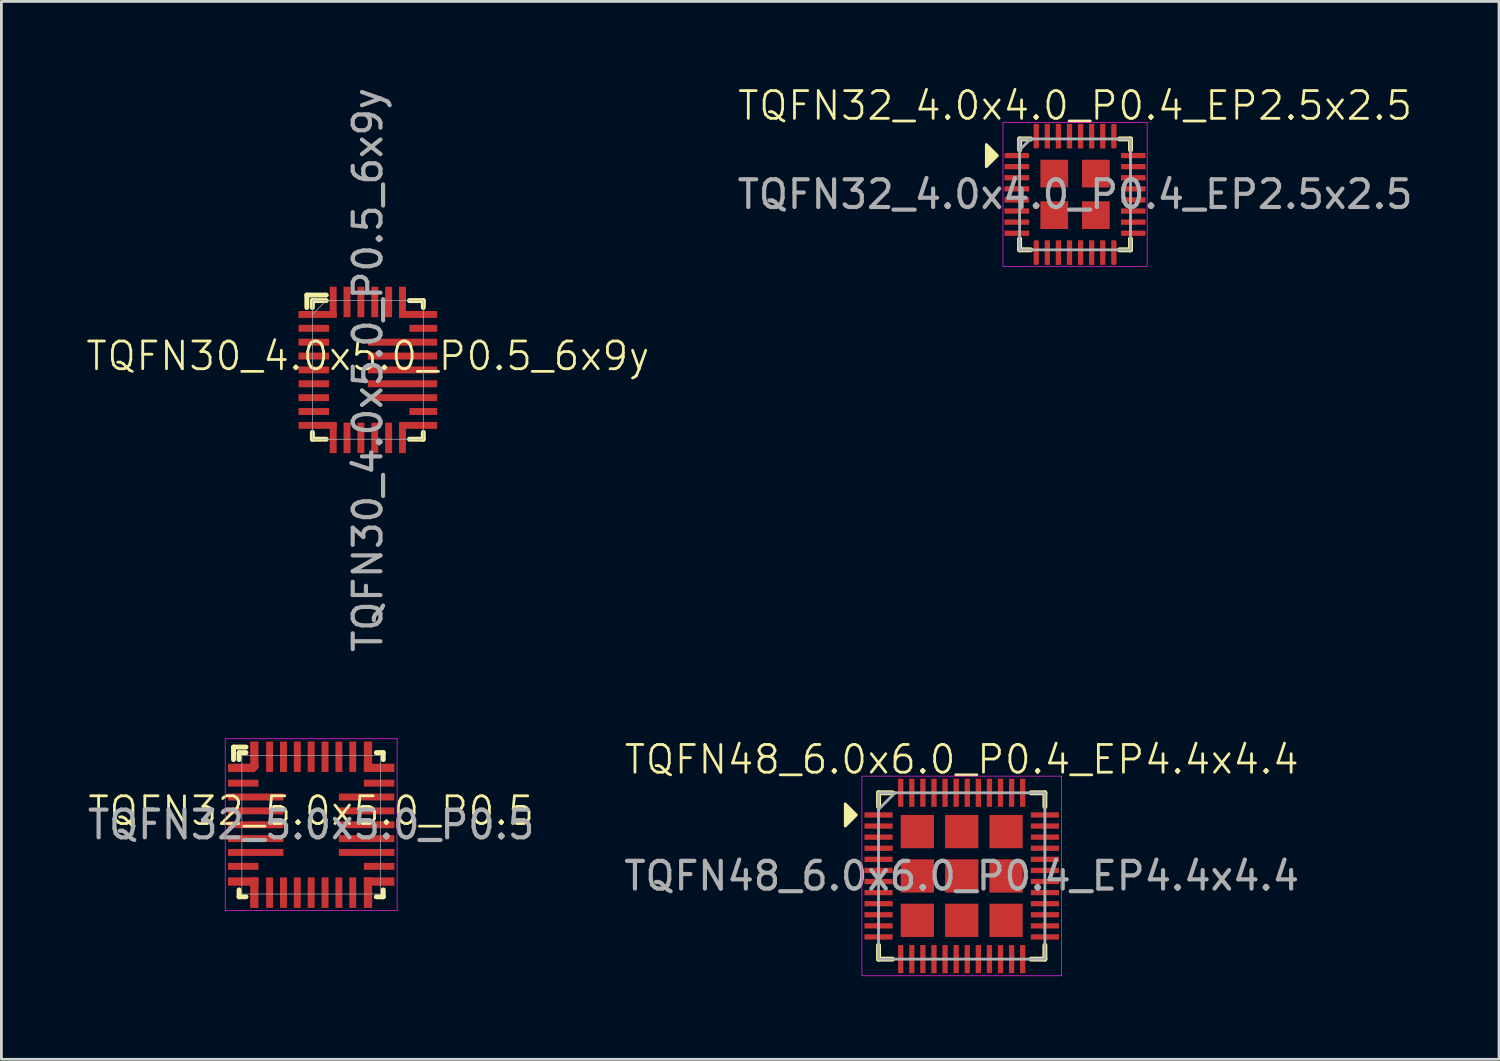
<source format=kicad_pcb>
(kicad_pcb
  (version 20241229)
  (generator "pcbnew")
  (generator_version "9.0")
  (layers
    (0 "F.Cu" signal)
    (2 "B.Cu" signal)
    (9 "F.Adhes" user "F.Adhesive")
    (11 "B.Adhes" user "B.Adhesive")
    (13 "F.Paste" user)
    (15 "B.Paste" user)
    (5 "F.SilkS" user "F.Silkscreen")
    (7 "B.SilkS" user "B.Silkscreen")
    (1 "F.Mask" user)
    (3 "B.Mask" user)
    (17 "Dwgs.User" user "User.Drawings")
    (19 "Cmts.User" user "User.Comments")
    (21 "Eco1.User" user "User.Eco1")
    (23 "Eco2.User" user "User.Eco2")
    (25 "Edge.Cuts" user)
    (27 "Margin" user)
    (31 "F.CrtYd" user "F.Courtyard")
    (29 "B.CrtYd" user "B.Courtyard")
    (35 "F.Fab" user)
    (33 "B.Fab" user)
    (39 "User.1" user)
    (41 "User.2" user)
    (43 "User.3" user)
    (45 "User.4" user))
  (footprint "TQFN30_4.0x5.0_P0.5_6x9y"
    (layer "F.Cu")
    (at 10.217 10.292)
    (property "Reference" "TQFN30_4.0x5.0_P0.5_6x9y" (at 0 -0.5 0) (unlocked yes) (layer "F.SilkS") (effects (font (size 1 1) (thickness 0.1))))
    (attr smd)
    (fp_line (start -2.2 -2.7) (end -1.5 -2.7) (stroke (width 0.178) (type default)) (layer "F.SilkS"))
    (fp_line (start -2.2 -2.25) (end -2.2 -2.7) (stroke (width 0.178) (type default)) (layer "F.SilkS"))
    (fp_line (start -2 -2.5) (end -1.5 -2.5) (stroke (width 0.178) (type default)) (layer "F.SilkS"))
    (fp_line (start -2 -2.25) (end -2 -2.5) (stroke (width 0.178) (type default)) (layer "F.SilkS"))
    (fp_line (start -2 2.5) (end -2 2.25) (stroke (width 0.178) (type default)) (layer "F.SilkS"))
    (fp_line (start -1.5 2.5) (end -2 2.5) (stroke (width 0.178) (type default)) (layer "F.SilkS"))
    (fp_line (start 1.5 -2.5) (end 2 -2.5) (stroke (width 0.178) (type default)) (layer "F.SilkS"))
    (fp_line (start 2 -2.5) (end 2 -2.25) (stroke (width 0.178) (type default)) (layer "F.SilkS"))
    (fp_line (start 2 2.25) (end 2 2.5) (stroke (width 0.178) (type default)) (layer "F.SilkS"))
    (fp_line (start 2 2.5) (end 1.5 2.5) (stroke (width 0.178) (type default)) (layer "F.SilkS"))
    (fp_line (start -2 -2) (end -1.5 -2.5) (stroke (width 0.025) (type default)) (layer "F.Fab"))
    (fp_rect (start -2 -2.5) (end 2 2.5) (stroke (width 0.025) (type default)) (fill no) (layer "F.Fab"))
    (fp_text user "${REFERENCE}" (at 0 0 90) (unlocked yes) (layer "F.Fab") (effects (font (size 1 1) (thickness 0.15))))
    (pad "1" smd rect (at -1.812 -2) (size 1.375 0.25) (layers "F.Cu" "F.Mask" "F.Paste"))
    (pad "2" smd rect (at -1.95 -1.5) (size 1.1 0.25) (layers "F.Cu" "F.Mask" "F.Paste"))
    (pad "3" smd rect (at -1.95 -1) (size 1.1 0.25) (layers "F.Cu" "F.Mask" "F.Paste"))
    (pad "4" smd rect (at -1.95 -0.5) (size 1.1 0.25) (layers "F.Cu" "F.Mask" "F.Paste"))
    (pad "5" smd rect (at -1.95 0) (size 1.1 0.25) (layers "F.Cu" "F.Mask" "F.Paste"))
    (pad "6" smd rect (at -1.95 0.5) (size 1.1 0.25) (layers "F.Cu" "F.Mask" "F.Paste"))
    (pad "7" smd rect (at -1.95 1) (size 1.1 0.25) (layers "F.Cu" "F.Mask" "F.Paste"))
    (pad "8" smd rect (at -1.95 1.5) (size 1.1 0.25) (layers "F.Cu" "F.Mask" "F.Paste"))
    (pad "9" smd rect (at -1.812 2) (size 1.375 0.25) (layers "F.Cu" "F.Mask" "F.Paste"))
    (pad "10" smd rect (at -1.25 2.45) (size 0.25 1.1) (layers "F.Cu" "F.Mask" "F.Paste"))
    (pad "11" smd rect (at -0.75 2.45) (size 0.25 1.1) (layers "F.Cu" "F.Mask" "F.Paste"))
    (pad "12" smd rect (at -0.25 2.45) (size 0.25 1.1) (layers "F.Cu" "F.Mask" "F.Paste"))
    (pad "13" smd rect (at 0.25 2.45) (size 0.25 1.1) (layers "F.Cu" "F.Mask" "F.Paste"))
    (pad "14" smd rect (at 0.75 2.45) (size 0.25 1.1) (layers "F.Cu" "F.Mask" "F.Paste"))
    (pad "15" smd rect (at 1.25 2.45) (size 0.25 1.1) (layers "F.Cu" "F.Mask" "F.Paste"))
    (pad "16" smd rect (at 1.812 2) (size 1.375 0.25) (layers "F.Cu" "F.Mask" "F.Paste"))
    (pad "17" smd rect (at 2 1.5) (size 1 0.25) (layers "F.Cu" "F.Mask" "F.Paste"))
    (pad "18" smd rect (at 1.25 1) (size 2.5 0.25) (layers "F.Cu" "F.Mask" "F.Paste"))
    (pad "19" smd rect (at 1.25 0.5) (size 2.5 0.25) (layers "F.Cu" "F.Mask" "F.Paste"))
    (pad "20" smd rect (at 1.25 0) (size 2.5 0.25) (layers "F.Cu" "F.Mask" "F.Paste"))
    (pad "21" smd rect (at 1.25 -0.5) (size 2.5 0.25) (layers "F.Cu" "F.Mask" "F.Paste"))
    (pad "22" smd rect (at 1.25 -1) (size 2.5 0.25) (layers "F.Cu" "F.Mask" "F.Paste"))
    (pad "23" smd rect (at 2 -1.5) (size 1 0.25) (layers "F.Cu" "F.Mask" "F.Paste"))
    (pad "24" smd rect (at 1.812 -2) (size 1.375 0.25) (layers "F.Cu" "F.Mask" "F.Paste"))
    (pad "25" smd rect (at 1.25 -2.45) (size 0.25 1.1) (layers "F.Cu" "F.Mask" "F.Paste"))
    (pad "26" smd rect (at 0.75 -2.45) (size 0.25 1.1) (layers "F.Cu" "F.Mask" "F.Paste"))
    (pad "27" smd rect (at 0.25 -2.45) (size 0.25 1.1) (layers "F.Cu" "F.Mask" "F.Paste"))
    (pad "28" smd rect (at -0.25 -2.45) (size 0.25 1.1) (layers "F.Cu" "F.Mask" "F.Paste"))
    (pad "29" smd rect (at -0.75 -2.45) (size 0.25 1.1) (layers "F.Cu" "F.Mask" "F.Paste"))
    (pad "30" smd rect (at -1.25 -2.45) (size 0.25 1.1) (layers "F.Cu" "F.Mask" "F.Paste")))
  (footprint "TQFN32_4.0x4.0_P0.4_EP2.5x2.5"
    (layer "F.Cu")
    (at 35.725 3.961)
    (property "Reference" "TQFN32_4.0x4.0_P0.4_EP2.5x2.5" (at 0 -3.2 0) (unlocked yes) (layer "F.SilkS") (effects (font (size 1 1) (thickness 0.1))))
    (attr smd)
    (fp_line (start -2 -2) (end -1.6 -2) (stroke (width 0.178) (type default)) (layer "F.SilkS"))
    (fp_line (start -2 -1.6) (end -2 -2) (stroke (width 0.178) (type default)) (layer "F.SilkS"))
    (fp_line (start -2 1.6) (end -2 2) (stroke (width 0.178) (type default)) (layer "F.SilkS"))
    (fp_line (start -2 2) (end -1.6 2) (stroke (width 0.178) (type default)) (layer "F.SilkS"))
    (fp_line (start 1.6 -2) (end 2 -2) (stroke (width 0.178) (type default)) (layer "F.SilkS"))
    (fp_line (start 1.6 2) (end 2 2) (stroke (width 0.178) (type default)) (layer "F.SilkS"))
    (fp_line (start 2 -2) (end 2 -1.6) (stroke (width 0.178) (type default)) (layer "F.SilkS"))
    (fp_line (start 2 2) (end 2 1.6) (stroke (width 0.178) (type default)) (layer "F.SilkS"))
    (fp_poly (pts (xy -2.8 -1.4) (xy -3.2 -1.8) (xy -3.2 -1)) (stroke (width 0.1) (type solid)) (fill yes) (layer "F.SilkS"))
    (fp_rect (start -2.6 -2.6) (end 2.6 2.6) (stroke (width 0.025) (type default)) (fill no) (layer "F.CrtYd"))
    (fp_line (start -2 -1.6) (end -1.6 -2) (stroke (width 0.1) (type default)) (layer "F.Fab"))
    (fp_rect (start -2 -2) (end 2 2) (stroke (width 0.1) (type default)) (fill no) (layer "F.Fab"))
    (fp_text user "${REFERENCE}" (at 0 0 0) (unlocked yes) (layer "F.Fab") (effects (font (size 1 1) (thickness 0.15))))
    (pad "1" smd roundrect (at -2.1 -1.4) (size 0.889 0.191) (layers "F.Cu" "F.Mask" "F.Paste") (roundrect_rratio 0.25))
    (pad "2" smd rect (at -2.1 -1) (size 0.889 0.191) (layers "F.Cu" "F.Mask" "F.Paste"))
    (pad "3" smd rect (at -2.1 -0.6) (size 0.889 0.191) (layers "F.Cu" "F.Mask" "F.Paste"))
    (pad "4" smd rect (at -2.1 -0.2) (size 0.889 0.191) (layers "F.Cu" "F.Mask" "F.Paste"))
    (pad "5" smd rect (at -2.1 0.2) (size 0.889 0.191) (layers "F.Cu" "F.Mask" "F.Paste"))
    (pad "6" smd rect (at -2.1 0.6) (size 0.889 0.191) (layers "F.Cu" "F.Mask" "F.Paste"))
    (pad "7" smd rect (at -2.1 1) (size 0.889 0.191) (layers "F.Cu" "F.Mask" "F.Paste"))
    (pad "8" smd rect (at -2.1 1.4) (size 0.889 0.191) (layers "F.Cu" "F.Mask" "F.Paste"))
    (pad "9" smd roundrect (at -1.4 2.1) (size 0.191 0.889) (layers "F.Cu" "F.Mask" "F.Paste") (roundrect_rratio 0.25))
    (pad "10" smd rect (at -1 2.1) (size 0.191 0.889) (layers "F.Cu" "F.Mask" "F.Paste"))
    (pad "11" smd rect (at -0.6 2.1) (size 0.191 0.889) (layers "F.Cu" "F.Mask" "F.Paste"))
    (pad "12" smd rect (at -0.2 2.1) (size 0.191 0.889) (layers "F.Cu" "F.Mask" "F.Paste"))
    (pad "13" smd rect (at 0.2 2.1) (size 0.191 0.889) (layers "F.Cu" "F.Mask" "F.Paste"))
    (pad "14" smd rect (at 0.6 2.1) (size 0.191 0.889) (layers "F.Cu" "F.Mask" "F.Paste"))
    (pad "15" smd rect (at 1 2.1) (size 0.191 0.889) (layers "F.Cu" "F.Mask" "F.Paste"))
    (pad "16" smd roundrect (at 1.4 2.1) (size 0.191 0.889) (layers "F.Cu" "F.Mask" "F.Paste") (roundrect_rratio 0.25))
    (pad "17" smd roundrect (at 2.1 1.4) (size 0.889 0.191) (layers "F.Cu" "F.Mask" "F.Paste") (roundrect_rratio 0.25))
    (pad "18" smd rect (at 2.1 1) (size 0.889 0.191) (layers "F.Cu" "F.Mask" "F.Paste"))
    (pad "19" smd rect (at 2.1 0.6) (size 0.889 0.191) (layers "F.Cu" "F.Mask" "F.Paste"))
    (pad "20" smd rect (at 2.1 0.2) (size 0.889 0.191) (layers "F.Cu" "F.Mask" "F.Paste"))
    (pad "21" smd rect (at 2.1 -0.2) (size 0.889 0.191) (layers "F.Cu" "F.Mask" "F.Paste"))
    (pad "22" smd rect (at 2.1 -0.6) (size 0.889 0.191) (layers "F.Cu" "F.Mask" "F.Paste"))
    (pad "23" smd rect (at 2.1 -1) (size 0.889 0.191) (layers "F.Cu" "F.Mask" "F.Paste"))
    (pad "24" smd roundrect (at 2.1 -1.4) (size 0.889 0.191) (layers "F.Cu" "F.Mask" "F.Paste") (roundrect_rratio 0.25))
    (pad "25" smd roundrect (at 1.4 -2.1) (size 0.191 0.889) (layers "F.Cu" "F.Mask" "F.Paste") (roundrect_rratio 0.25))
    (pad "26" smd rect (at 1 -2.1) (size 0.191 0.889) (layers "F.Cu" "F.Mask" "F.Paste"))
    (pad "27" smd rect (at 0.6 -2.1) (size 0.191 0.889) (layers "F.Cu" "F.Mask" "F.Paste"))
    (pad "28" smd rect (at 0.2 -2.1) (size 0.191 0.889) (layers "F.Cu" "F.Mask" "F.Paste"))
    (pad "29" smd rect (at -0.2 -2.1) (size 0.191 0.889) (layers "F.Cu" "F.Mask" "F.Paste"))
    (pad "30" smd rect (at -0.6 -2.1) (size 0.191 0.889) (layers "F.Cu" "F.Mask" "F.Paste"))
    (pad "31" smd rect (at -1 -2.1) (size 0.191 0.889) (layers "F.Cu" "F.Mask" "F.Paste"))
    (pad "32" smd roundrect (at -1.4 -2.1) (size 0.191 0.889) (layers "F.Cu" "F.Mask" "F.Paste") (roundrect_rratio 0.25))
    (pad "33" smd rect (at -0.75 -0.75) (size 1 1) (layers "F.Cu" "F.Mask" "F.Paste"))
    (pad "33" smd rect (at -0.75 0.75) (size 1 1) (layers "F.Cu" "F.Mask" "F.Paste"))
    (pad "33" smd rect (at 0.75 -0.75) (size 1 1) (layers "F.Cu" "F.Mask" "F.Paste"))
    (pad "33" smd rect (at 0.75 0.75) (size 1 1) (layers "F.Cu" "F.Mask" "F.Paste")))
  (footprint "TQFN48_6.0x6.0_P0.4_EP4.4x4.4"
    (layer "F.Cu")
    (at 31.637 28.544)
    (property "Reference" "TQFN48_6.0x6.0_P0.4_EP4.4x4.4" (at 0 -4.2 0) (unlocked yes) (layer "F.SilkS") (effects (font (size 1 1) (thickness 0.1))))
    (attr smd)
    (fp_line (start -3 -3) (end -2.5 -3) (stroke (width 0.178) (type default)) (layer "F.SilkS"))
    (fp_line (start -3 -2.5) (end -3 -3) (stroke (width 0.178) (type default)) (layer "F.SilkS"))
    (fp_line (start -3 2.5) (end -3 3) (stroke (width 0.178) (type default)) (layer "F.SilkS"))
    (fp_line (start -3 3) (end -2.5 3) (stroke (width 0.178) (type default)) (layer "F.SilkS"))
    (fp_line (start 2.5 3) (end 3 3) (stroke (width 0.178) (type default)) (layer "F.SilkS"))
    (fp_line (start 3 -3) (end 2.5 -3) (stroke (width 0.178) (type default)) (layer "F.SilkS"))
    (fp_line (start 3 -2.5) (end 3 -3) (stroke (width 0.178) (type default)) (layer "F.SilkS"))
    (fp_line (start 3 3) (end 3 2.5) (stroke (width 0.178) (type default)) (layer "F.SilkS"))
    (fp_poly (pts (xy -3.8 -2.2) (xy -4.2 -2.6) (xy -4.2 -1.8)) (stroke (width 0.1) (type solid)) (fill yes) (layer "F.SilkS"))
    (fp_rect (start -3.6 -3.6) (end 3.6 3.6) (stroke (width 0.025) (type default)) (fill no) (layer "F.CrtYd"))
    (fp_line (start -3 -2.4) (end -2.4 -3) (stroke (width 0.1) (type default)) (layer "F.Fab"))
    (fp_rect (start -3 -3) (end 3 3) (stroke (width 0.1) (type default)) (fill no) (layer "F.Fab"))
    (fp_text user "${REFERENCE}" (at 0 0 0) (unlocked yes) (layer "F.Fab") (effects (font (size 1 1) (thickness 0.15))))
    (pad "1" smd rect (at -3 -2.2) (size 1.016 0.191) (layers "F.Cu" "F.Mask" "F.Paste"))
    (pad "2" smd rect (at -3 -1.8) (size 1.016 0.191) (layers "F.Cu" "F.Mask" "F.Paste"))
    (pad "3" smd rect (at -3 -1.4) (size 1.016 0.191) (layers "F.Cu" "F.Mask" "F.Paste"))
    (pad "4" smd rect (at -3 -1) (size 1.016 0.191) (layers "F.Cu" "F.Mask" "F.Paste"))
    (pad "5" smd rect (at -3 -0.6) (size 1.016 0.191) (layers "F.Cu" "F.Mask" "F.Paste"))
    (pad "6" smd rect (at -3 -0.2) (size 1.016 0.191) (layers "F.Cu" "F.Mask" "F.Paste"))
    (pad "7" smd rect (at -3 0.2) (size 1.016 0.191) (layers "F.Cu" "F.Mask" "F.Paste"))
    (pad "8" smd rect (at -3 0.6) (size 1.016 0.191) (layers "F.Cu" "F.Mask" "F.Paste"))
    (pad "9" smd rect (at -3 1) (size 1.016 0.191) (layers "F.Cu" "F.Mask" "F.Paste"))
    (pad "10" smd rect (at -3 1.4) (size 1.016 0.191) (layers "F.Cu" "F.Mask" "F.Paste"))
    (pad "11" smd rect (at -3 1.8) (size 1.016 0.191) (layers "F.Cu" "F.Mask" "F.Paste"))
    (pad "12" smd rect (at -3 2.2) (size 1.016 0.191) (layers "F.Cu" "F.Mask" "F.Paste"))
    (pad "13" smd rect (at -2.2 3) (size 0.191 1.016) (layers "F.Cu" "F.Mask" "F.Paste"))
    (pad "14" smd rect (at -1.8 3) (size 0.191 1.016) (layers "F.Cu" "F.Mask" "F.Paste"))
    (pad "15" smd rect (at -1.4 3) (size 0.191 1.016) (layers "F.Cu" "F.Mask" "F.Paste"))
    (pad "16" smd rect (at -1 3) (size 0.191 1.016) (layers "F.Cu" "F.Mask" "F.Paste"))
    (pad "17" smd rect (at -0.6 3) (size 0.191 1.016) (layers "F.Cu" "F.Mask" "F.Paste"))
    (pad "18" smd rect (at -0.2 3) (size 0.191 1.016) (layers "F.Cu" "F.Mask" "F.Paste"))
    (pad "19" smd rect (at 0.2 3) (size 0.191 1.016) (layers "F.Cu" "F.Mask" "F.Paste"))
    (pad "20" smd rect (at 0.6 3) (size 0.191 1.016) (layers "F.Cu" "F.Mask" "F.Paste"))
    (pad "21" smd rect (at 1 3) (size 0.191 1.016) (layers "F.Cu" "F.Mask" "F.Paste"))
    (pad "22" smd rect (at 1.4 3) (size 0.191 1.016) (layers "F.Cu" "F.Mask" "F.Paste"))
    (pad "23" smd rect (at 1.8 3) (size 0.191 1.016) (layers "F.Cu" "F.Mask" "F.Paste"))
    (pad "24" smd rect (at 2.2 3) (size 0.191 1.016) (layers "F.Cu" "F.Mask" "F.Paste"))
    (pad "25" smd rect (at 3 2.2) (size 1.016 0.191) (layers "F.Cu" "F.Mask" "F.Paste"))
    (pad "26" smd rect (at 3 1.8) (size 1.016 0.191) (layers "F.Cu" "F.Mask" "F.Paste"))
    (pad "27" smd rect (at 3 1.4) (size 1.016 0.191) (layers "F.Cu" "F.Mask" "F.Paste"))
    (pad "28" smd rect (at 3 1) (size 1.016 0.191) (layers "F.Cu" "F.Mask" "F.Paste"))
    (pad "29" smd rect (at 3 0.6) (size 1.016 0.191) (layers "F.Cu" "F.Mask" "F.Paste"))
    (pad "30" smd rect (at 3 0.2) (size 1.016 0.191) (layers "F.Cu" "F.Mask" "F.Paste"))
    (pad "31" smd rect (at 3 -0.2) (size 1.016 0.191) (layers "F.Cu" "F.Mask" "F.Paste"))
    (pad "32" smd rect (at 3 -0.6) (size 1.016 0.191) (layers "F.Cu" "F.Mask" "F.Paste"))
    (pad "33" smd rect (at 3 -1) (size 1.016 0.191) (layers "F.Cu" "F.Mask" "F.Paste"))
    (pad "34" smd rect (at 3 -1.4) (size 1.016 0.191) (layers "F.Cu" "F.Mask" "F.Paste"))
    (pad "35" smd rect (at 3 -1.8) (size 1.016 0.191) (layers "F.Cu" "F.Mask" "F.Paste"))
    (pad "36" smd rect (at 3 -2.2) (size 1.016 0.191) (layers "F.Cu" "F.Mask" "F.Paste"))
    (pad "37" smd rect (at 2.2 -3) (size 0.191 1.016) (layers "F.Cu" "F.Mask" "F.Paste"))
    (pad "38" smd rect (at 1.8 -3) (size 0.191 1.016) (layers "F.Cu" "F.Mask" "F.Paste"))
    (pad "39" smd rect (at 1.4 -3) (size 0.191 1.016) (layers "F.Cu" "F.Mask" "F.Paste"))
    (pad "40" smd rect (at 1 -3) (size 0.191 1.016) (layers "F.Cu" "F.Mask" "F.Paste"))
    (pad "41" smd rect (at 0.6 -3) (size 0.191 1.016) (layers "F.Cu" "F.Mask" "F.Paste"))
    (pad "42" smd rect (at 0.2 -3) (size 0.191 1.016) (layers "F.Cu" "F.Mask" "F.Paste"))
    (pad "43" smd rect (at -0.2 -3) (size 0.191 1.016) (layers "F.Cu" "F.Mask" "F.Paste"))
    (pad "44" smd rect (at -0.6 -3) (size 0.191 1.016) (layers "F.Cu" "F.Mask" "F.Paste"))
    (pad "45" smd rect (at -1 -3) (size 0.191 1.016) (layers "F.Cu" "F.Mask" "F.Paste"))
    (pad "46" smd rect (at -1.4 -3) (size 0.191 1.016) (layers "F.Cu" "F.Mask" "F.Paste"))
    (pad "47" smd rect (at -1.8 -3) (size 0.191 1.016) (layers "F.Cu" "F.Mask" "F.Paste"))
    (pad "48" smd rect (at -2.2 -3) (size 0.191 1.016) (layers "F.Cu" "F.Mask" "F.Paste"))
    (pad "49" smd rect (at -1.6 -1.6) (size 1.2 1.2) (layers "F.Cu" "F.Mask" "F.Paste"))
    (pad "49" smd rect (at -1.6 0) (size 1.2 1.2) (layers "F.Cu" "F.Mask" "F.Paste"))
    (pad "49" smd rect (at -1.6 1.6) (size 1.2 1.2) (layers "F.Cu" "F.Mask" "F.Paste"))
    (pad "49" smd rect (at 0 -1.6) (size 1.2 1.2) (layers "F.Cu" "F.Mask" "F.Paste"))
    (pad "49" smd rect (at 0 0) (size 1.2 1.2) (layers "F.Cu" "F.Mask" "F.Paste"))
    (pad "49" smd rect (at 0 1.6) (size 1.2 1.2) (layers "F.Cu" "F.Mask" "F.Paste"))
    (pad "49" smd rect (at 1.6 -1.6) (size 1.2 1.2) (layers "F.Cu" "F.Mask" "F.Paste"))
    (pad "49" smd rect (at 1.6 0) (size 1.2 1.2) (layers "F.Cu" "F.Mask" "F.Paste"))
    (pad "49" smd rect (at 1.6 1.6) (size 1.2 1.2) (layers "F.Cu" "F.Mask" "F.Paste")))
  (footprint "TQFN32_5.0x5.0_P0.5"
    (layer "F.Cu")
    (at 8.173 26.696)
    (property "Reference" "TQFN32_5.0x5.0_P0.5" (at 0 -0.5 0) (unlocked yes) (layer "F.SilkS") (effects (font (size 1 1) (thickness 0.1))))
    (attr smd)
    (fp_line (start -2.8 -2.8) (end -2.35 -2.8) (stroke (width 0.178) (type default)) (layer "F.SilkS"))
    (fp_line (start -2.8 -2.35) (end -2.8 -2.8) (stroke (width 0.178) (type default)) (layer "F.SilkS"))
    (fp_line (start -2.6 -2.6) (end -2.35 -2.6) (stroke (width 0.178) (type default)) (layer "F.SilkS"))
    (fp_line (start -2.6 -2.35) (end -2.6 -2.6) (stroke (width 0.178) (type default)) (layer "F.SilkS"))
    (fp_line (start -2.6 2.35) (end -2.6 2.6) (stroke (width 0.178) (type default)) (layer "F.SilkS"))
    (fp_line (start -2.6 2.6) (end -2.35 2.6) (stroke (width 0.178) (type default)) (layer "F.SilkS"))
    (fp_line (start 2.35 -2.6) (end 2.6 -2.6) (stroke (width 0.178) (type default)) (layer "F.SilkS"))
    (fp_line (start 2.35 2.6) (end 2.6 2.6) (stroke (width 0.178) (type default)) (layer "F.SilkS"))
    (fp_line (start 2.6 -2.6) (end 2.6 -2.35) (stroke (width 0.178) (type default)) (layer "F.SilkS"))
    (fp_line (start 2.6 2.6) (end 2.6 2.35) (stroke (width 0.178) (type default)) (layer "F.SilkS"))
    (fp_rect (start -3.1 -3.1) (end 3.1 3.1) (stroke (width 0.025) (type default)) (fill no) (layer "F.CrtYd"))
    (fp_rect (start -2.5 2.5) (end 2.5 -2.5) (stroke (width 0.025) (type default)) (fill no) (layer "F.Fab"))
    (fp_text user "${REFERENCE}" (at 0 0 0) (unlocked yes) (layer "F.Fab") (effects (font (size 1 1) (thickness 0.15))))
    (pad "1" smd roundrect (at -2.45 -2.05) (size 1.1 0.3) (layers "F.Cu" "F.Mask" "F.Paste") (roundrect_rratio 0) (chamfer_ratio 0.5) (chamfer bottom_right))
    (pad "1" smd roundrect (at -2.05 -2.45) (size 0.3 1.1) (layers "F.Cu" "F.Mask" "F.Paste") (roundrect_rratio 0) (chamfer_ratio 0.5) (chamfer bottom_right))
    (pad "2" smd rect (at -2.45 -1.5) (size 1.1 0.25) (layers "F.Cu" "F.Mask" "F.Paste"))
    (pad "3" smd rect (at -2 -1) (size 2 0.25) (layers "F.Cu" "F.Mask" "F.Paste"))
    (pad "4" smd rect (at -2 -0.5) (size 2 0.25) (layers "F.Cu" "F.Mask" "F.Paste"))
    (pad "5" smd rect (at -2 0) (size 2 0.25) (layers "F.Cu" "F.Mask" "F.Paste"))
    (pad "6" smd rect (at -2 0.5) (size 2 0.25) (layers "F.Cu" "F.Mask" "F.Paste"))
    (pad "7" smd rect (at -2 1) (size 2 0.25) (layers "F.Cu" "F.Mask" "F.Paste"))
    (pad "8" smd rect (at -2.45 1.5) (size 1.1 0.25) (layers "F.Cu" "F.Mask" "F.Paste"))
    (pad "9" smd rect (at -2.45 2.05) (size 1.1 0.3) (layers "F.Cu" "F.Mask" "F.Paste"))
    (pad "9" smd rect (at -2.05 2.45) (size 0.3 1.1) (layers "F.Cu" "F.Mask" "F.Paste"))
    (pad "10" smd rect (at -1.5 2.45) (size 0.25 1.1) (layers "F.Cu" "F.Mask" "F.Paste"))
    (pad "11" smd rect (at -1 2.45) (size 0.25 1.1) (layers "F.Cu" "F.Mask" "F.Paste"))
    (pad "12" smd rect (at -0.5 2.45) (size 0.25 1.1) (layers "F.Cu" "F.Mask" "F.Paste"))
    (pad "13" smd rect (at 0 2.45) (size 0.25 1.1) (layers "F.Cu" "F.Mask" "F.Paste"))
    (pad "14" smd rect (at 0.5 2.45) (size 0.25 1.1) (layers "F.Cu" "F.Mask" "F.Paste"))
    (pad "15" smd rect (at 1 2.45) (size 0.25 1.1) (layers "F.Cu" "F.Mask" "F.Paste"))
    (pad "16" smd rect (at 1.5 2.45) (size 0.25 1.1) (layers "F.Cu" "F.Mask" "F.Paste"))
    (pad "17" smd rect (at 2.05 2.45) (size 0.3 1.1) (layers "F.Cu" "F.Mask" "F.Paste"))
    (pad "17" smd rect (at 2.45 2.05) (size 1.1 0.3) (layers "F.Cu" "F.Mask" "F.Paste"))
    (pad "18" smd rect (at 2.45 1.5) (size 1.1 0.25) (layers "F.Cu" "F.Mask" "F.Paste"))
    (pad "19" smd rect (at 2 1) (size 2 0.25) (layers "F.Cu" "F.Mask" "F.Paste"))
    (pad "20" smd rect (at 2 0.5) (size 2 0.25) (layers "F.Cu" "F.Mask" "F.Paste"))
    (pad "21" smd rect (at 2 0) (size 2 0.25) (layers "F.Cu" "F.Mask" "F.Paste"))
    (pad "22" smd rect (at 2 -0.5) (size 2 0.25) (layers "F.Cu" "F.Mask" "F.Paste"))
    (pad "23" smd rect (at 2 -1) (size 2 0.25) (layers "F.Cu" "F.Mask" "F.Paste"))
    (pad "24" smd rect (at 2.45 -1.5) (size 1.1 0.25) (layers "F.Cu" "F.Mask" "F.Paste"))
    (pad "25" smd rect (at 2.05 -2.45) (size 0.3 1.1) (layers "F.Cu" "F.Mask" "F.Paste"))
    (pad "25" smd rect (at 2.45 -2.05) (size 1.1 0.3) (layers "F.Cu" "F.Mask" "F.Paste"))
    (pad "26" smd rect (at 1.5 -2.45) (size 0.25 1.1) (layers "F.Cu" "F.Mask" "F.Paste"))
    (pad "27" smd rect (at 1 -2.45) (size 0.25 1.1) (layers "F.Cu" "F.Mask" "F.Paste"))
    (pad "28" smd rect (at 0.5 -2.45) (size 0.25 1.1) (layers "F.Cu" "F.Mask" "F.Paste"))
    (pad "29" smd rect (at 0 -2.45) (size 0.25 1.1) (layers "F.Cu" "F.Mask" "F.Paste"))
    (pad "30" smd rect (at -0.5 -2.45) (size 0.25 1.1) (layers "F.Cu" "F.Mask" "F.Paste"))
    (pad "31" smd rect (at -1 -2.45) (size 0.25 1.1) (layers "F.Cu" "F.Mask" "F.Paste"))
    (pad "32" smd rect (at -1.5 -2.45) (size 0.25 1.1) (layers "F.Cu" "F.Mask" "F.Paste")))
  (gr_rect
    (start -3 -3)
    (end 51.017 35.157)
    (stroke (width 0.1) (type default))
    (fill no)
    (layer "Edge.Cuts")))
</source>
